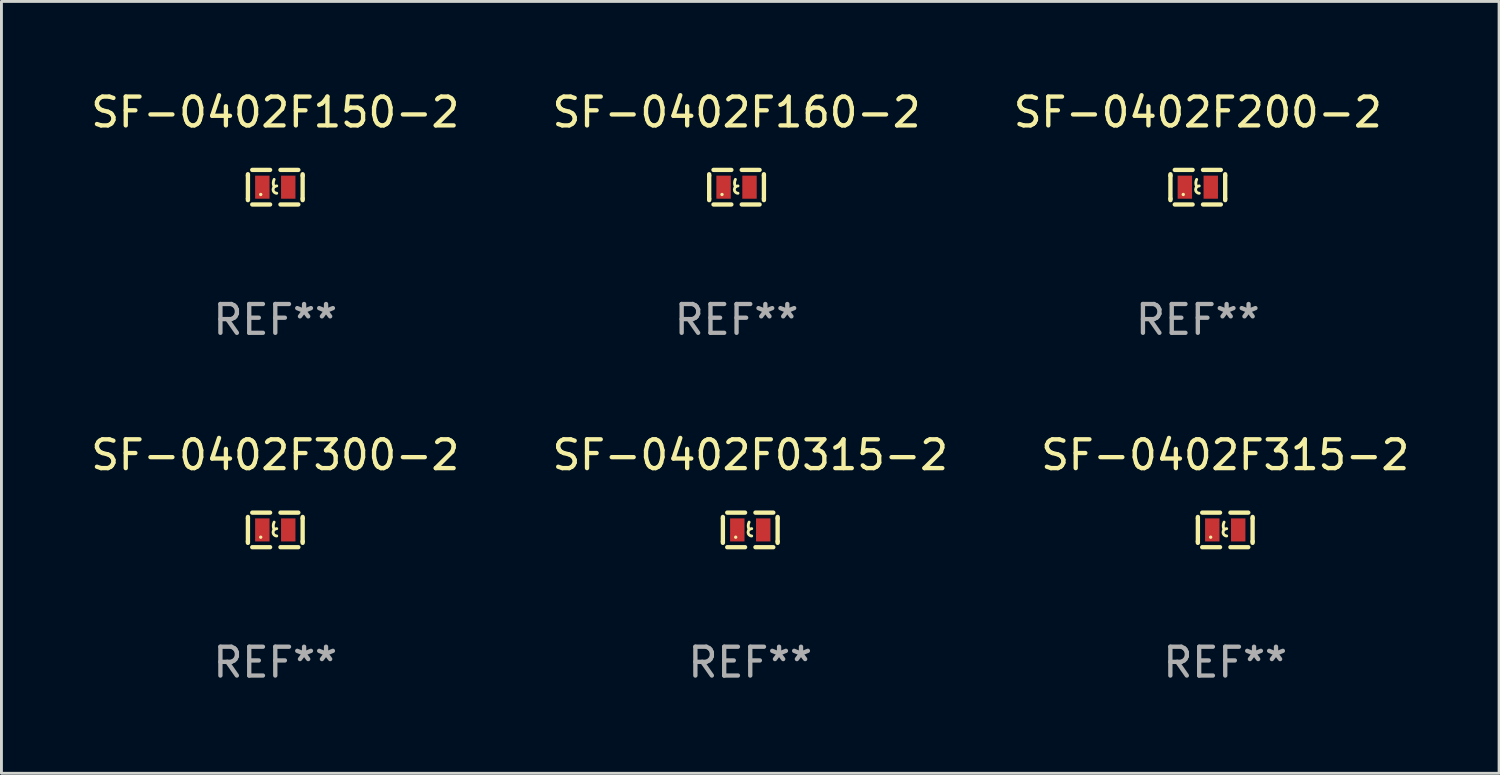
<source format=kicad_pcb>
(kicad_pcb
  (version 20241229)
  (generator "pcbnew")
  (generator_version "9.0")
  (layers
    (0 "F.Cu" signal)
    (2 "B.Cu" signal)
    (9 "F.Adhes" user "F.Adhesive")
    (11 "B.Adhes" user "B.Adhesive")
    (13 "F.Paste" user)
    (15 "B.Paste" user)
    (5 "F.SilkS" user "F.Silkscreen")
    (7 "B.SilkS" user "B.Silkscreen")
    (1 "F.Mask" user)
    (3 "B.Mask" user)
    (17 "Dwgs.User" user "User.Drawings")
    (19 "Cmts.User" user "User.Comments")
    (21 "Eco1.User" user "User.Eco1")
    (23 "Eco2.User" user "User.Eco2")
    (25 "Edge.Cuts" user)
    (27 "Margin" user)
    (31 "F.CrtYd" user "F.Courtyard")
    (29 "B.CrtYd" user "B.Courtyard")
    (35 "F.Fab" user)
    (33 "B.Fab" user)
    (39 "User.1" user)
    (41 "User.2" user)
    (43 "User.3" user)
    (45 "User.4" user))
  (footprint "SF-0402F300-2"
    (layer "F.Cu")
    (at 6.506 15.345)
    (property "Reference" "SF-0402F300-2" (at 0 -2.6 0) (layer "F.SilkS") (effects (font (size 1 1) (thickness 0.15))))
    (attr through_hole)
    (fp_line (start -0.95 -0.45) (end -0.95 -0.4) (stroke (width 0.15) (type solid)) (layer "F.SilkS"))
    (fp_line (start -0.95 -0.4) (end -0.95 0.4) (stroke (width 0.15) (type solid)) (layer "F.SilkS"))
    (fp_line (start -0.95 0.45) (end -0.95 0.4) (stroke (width 0.15) (type solid)) (layer "F.SilkS"))
    (fp_line (start -0.18 -0.6) (end -0.8 -0.6) (stroke (width 0.15) (type solid)) (layer "F.SilkS"))
    (fp_line (start -0.18 0.6) (end -0.8 0.6) (stroke (width 0.15) (type solid)) (layer "F.SilkS"))
    (fp_line (start 0.18 -0.6) (end 0.8 -0.6) (stroke (width 0.15) (type solid)) (layer "F.SilkS"))
    (fp_line (start 0.18 0.6) (end 0.8 0.6) (stroke (width 0.15) (type solid)) (layer "F.SilkS"))
    (fp_line (start 0.95 -0.45) (end 0.95 -0.4) (stroke (width 0.15) (type solid)) (layer "F.SilkS"))
    (fp_line (start 0.95 -0.4) (end 0.95 0.4) (stroke (width 0.15) (type solid)) (layer "F.SilkS"))
    (fp_line (start 0.95 0.45) (end 0.95 0.4) (stroke (width 0.15) (type solid)) (layer "F.SilkS"))
    (fp_arc (start -0.039942 -0.016052) (mid -0.069923 -0.143053) (end -0.039942 -0.270053) (stroke (width 0.1) (type solid)) (layer "F.SilkS"))
    (fp_arc (start 0.050076 0.209957) (mid -0.076924 0.082957) (end 0.050076 -0.044043) (stroke (width 0.1) (type solid)) (layer "F.SilkS"))
    (fp_circle (center -0.505 0.253) (end -0.475 0.253) (stroke (width 0.06) (type solid)) (fill no) (layer "F.SilkS"))
    (fp_text user "REF**" (at 0 4.6 0) (layer "F.Fab") (effects (font (size 1 1) (thickness 0.15))))
    (pad "1" smd rect (at -0.45 -0.000051) (size 0.5 0.8) (layers "F.Cu" "F.Mask" "F.Paste"))
    (pad "2" smd rect (at 0.45 -0.000051) (size 0.5 0.8) (layers "F.Cu" "F.Mask" "F.Paste")))
  (footprint "SF-0402F200-2"
    (layer "F.Cu")
    (at 38.53 3.448)
    (property "Reference" "SF-0402F200-2" (at 0 -2.6 0) (layer "F.SilkS") (effects (font (size 1 1) (thickness 0.15))))
    (attr through_hole)
    (fp_line (start -0.95 -0.45) (end -0.95 -0.4) (stroke (width 0.15) (type solid)) (layer "F.SilkS"))
    (fp_line (start -0.95 -0.4) (end -0.95 0.4) (stroke (width 0.15) (type solid)) (layer "F.SilkS"))
    (fp_line (start -0.95 0.45) (end -0.95 0.4) (stroke (width 0.15) (type solid)) (layer "F.SilkS"))
    (fp_line (start -0.18 -0.6) (end -0.8 -0.6) (stroke (width 0.15) (type solid)) (layer "F.SilkS"))
    (fp_line (start -0.18 0.6) (end -0.8 0.6) (stroke (width 0.15) (type solid)) (layer "F.SilkS"))
    (fp_line (start 0.18 -0.6) (end 0.8 -0.6) (stroke (width 0.15) (type solid)) (layer "F.SilkS"))
    (fp_line (start 0.18 0.6) (end 0.8 0.6) (stroke (width 0.15) (type solid)) (layer "F.SilkS"))
    (fp_line (start 0.95 -0.45) (end 0.95 -0.4) (stroke (width 0.15) (type solid)) (layer "F.SilkS"))
    (fp_line (start 0.95 -0.4) (end 0.95 0.4) (stroke (width 0.15) (type solid)) (layer "F.SilkS"))
    (fp_line (start 0.95 0.45) (end 0.95 0.4) (stroke (width 0.15) (type solid)) (layer "F.SilkS"))
    (fp_arc (start -0.039942 -0.016052) (mid -0.069923 -0.143053) (end -0.039942 -0.270053) (stroke (width 0.1) (type solid)) (layer "F.SilkS"))
    (fp_arc (start 0.050076 0.209957) (mid -0.076924 0.082957) (end 0.050076 -0.044043) (stroke (width 0.1) (type solid)) (layer "F.SilkS"))
    (fp_circle (center -0.505 0.253) (end -0.475 0.253) (stroke (width 0.06) (type solid)) (fill no) (layer "F.SilkS"))
    (fp_text user "REF**" (at 0 4.6 0) (layer "F.Fab") (effects (font (size 1 1) (thickness 0.15))))
    (pad "1" smd rect (at -0.45 -0.000051) (size 0.5 0.8) (layers "F.Cu" "F.Mask" "F.Paste"))
    (pad "2" smd rect (at 0.45 -0.000051) (size 0.5 0.8) (layers "F.Cu" "F.Mask" "F.Paste")))
  (footprint "SF-0402F160-2"
    (layer "F.Cu")
    (at 22.518 3.448)
    (property "Reference" "SF-0402F160-2" (at 0 -2.6 0) (layer "F.SilkS") (effects (font (size 1 1) (thickness 0.15))))
    (attr through_hole)
    (fp_line (start -0.95 -0.45) (end -0.95 -0.4) (stroke (width 0.15) (type solid)) (layer "F.SilkS"))
    (fp_line (start -0.95 -0.4) (end -0.95 0.4) (stroke (width 0.15) (type solid)) (layer "F.SilkS"))
    (fp_line (start -0.95 0.45) (end -0.95 0.4) (stroke (width 0.15) (type solid)) (layer "F.SilkS"))
    (fp_line (start -0.18 -0.6) (end -0.8 -0.6) (stroke (width 0.15) (type solid)) (layer "F.SilkS"))
    (fp_line (start -0.18 0.6) (end -0.8 0.6) (stroke (width 0.15) (type solid)) (layer "F.SilkS"))
    (fp_line (start 0.18 -0.6) (end 0.8 -0.6) (stroke (width 0.15) (type solid)) (layer "F.SilkS"))
    (fp_line (start 0.18 0.6) (end 0.8 0.6) (stroke (width 0.15) (type solid)) (layer "F.SilkS"))
    (fp_line (start 0.95 -0.45) (end 0.95 -0.4) (stroke (width 0.15) (type solid)) (layer "F.SilkS"))
    (fp_line (start 0.95 -0.4) (end 0.95 0.4) (stroke (width 0.15) (type solid)) (layer "F.SilkS"))
    (fp_line (start 0.95 0.45) (end 0.95 0.4) (stroke (width 0.15) (type solid)) (layer "F.SilkS"))
    (fp_arc (start -0.039942 -0.016052) (mid -0.069923 -0.143053) (end -0.039942 -0.270053) (stroke (width 0.1) (type solid)) (layer "F.SilkS"))
    (fp_arc (start 0.050076 0.209957) (mid -0.076924 0.082957) (end 0.050076 -0.044043) (stroke (width 0.1) (type solid)) (layer "F.SilkS"))
    (fp_circle (center -0.505 0.253) (end -0.475 0.253) (stroke (width 0.06) (type solid)) (fill no) (layer "F.SilkS"))
    (fp_text user "REF**" (at 0 4.6 0) (layer "F.Fab") (effects (font (size 1 1) (thickness 0.15))))
    (pad "1" smd rect (at -0.45 -0.000051) (size 0.5 0.8) (layers "F.Cu" "F.Mask" "F.Paste"))
    (pad "2" smd rect (at 0.45 -0.000051) (size 0.5 0.8) (layers "F.Cu" "F.Mask" "F.Paste")))
  (footprint "SF-0402F315-2"
    (layer "F.Cu")
    (at 39.482 15.345)
    (property "Reference" "SF-0402F315-2" (at 0 -2.6 0) (layer "F.SilkS") (effects (font (size 1 1) (thickness 0.15))))
    (attr through_hole)
    (fp_line (start -0.95 -0.45) (end -0.95 -0.4) (stroke (width 0.15) (type solid)) (layer "F.SilkS"))
    (fp_line (start -0.95 -0.4) (end -0.95 0.4) (stroke (width 0.15) (type solid)) (layer "F.SilkS"))
    (fp_line (start -0.95 0.45) (end -0.95 0.4) (stroke (width 0.15) (type solid)) (layer "F.SilkS"))
    (fp_line (start -0.18 -0.6) (end -0.8 -0.6) (stroke (width 0.15) (type solid)) (layer "F.SilkS"))
    (fp_line (start -0.18 0.6) (end -0.8 0.6) (stroke (width 0.15) (type solid)) (layer "F.SilkS"))
    (fp_line (start 0.18 -0.6) (end 0.8 -0.6) (stroke (width 0.15) (type solid)) (layer "F.SilkS"))
    (fp_line (start 0.18 0.6) (end 0.8 0.6) (stroke (width 0.15) (type solid)) (layer "F.SilkS"))
    (fp_line (start 0.95 -0.45) (end 0.95 -0.4) (stroke (width 0.15) (type solid)) (layer "F.SilkS"))
    (fp_line (start 0.95 -0.4) (end 0.95 0.4) (stroke (width 0.15) (type solid)) (layer "F.SilkS"))
    (fp_line (start 0.95 0.45) (end 0.95 0.4) (stroke (width 0.15) (type solid)) (layer "F.SilkS"))
    (fp_arc (start -0.039942 -0.016052) (mid -0.069923 -0.143053) (end -0.039942 -0.270053) (stroke (width 0.1) (type solid)) (layer "F.SilkS"))
    (fp_arc (start 0.050076 0.209957) (mid -0.076924 0.082957) (end 0.050076 -0.044043) (stroke (width 0.1) (type solid)) (layer "F.SilkS"))
    (fp_circle (center -0.505 0.253) (end -0.475 0.253) (stroke (width 0.06) (type solid)) (fill no) (layer "F.SilkS"))
    (fp_text user "REF**" (at 0 4.6 0) (layer "F.Fab") (effects (font (size 1 1) (thickness 0.15))))
    (pad "1" smd rect (at -0.45 -0.000051) (size 0.5 0.8) (layers "F.Cu" "F.Mask" "F.Paste"))
    (pad "2" smd rect (at 0.45 -0.000051) (size 0.5 0.8) (layers "F.Cu" "F.Mask" "F.Paste")))
  (footprint "SF-0402F150-2"
    (layer "F.Cu")
    (at 6.506 3.448)
    (property "Reference" "SF-0402F150-2" (at 0 -2.6 0) (layer "F.SilkS") (effects (font (size 1 1) (thickness 0.15))))
    (attr through_hole)
    (fp_line (start -0.95 -0.45) (end -0.95 -0.4) (stroke (width 0.15) (type solid)) (layer "F.SilkS"))
    (fp_line (start -0.95 -0.4) (end -0.95 0.4) (stroke (width 0.15) (type solid)) (layer "F.SilkS"))
    (fp_line (start -0.95 0.45) (end -0.95 0.4) (stroke (width 0.15) (type solid)) (layer "F.SilkS"))
    (fp_line (start -0.18 -0.6) (end -0.8 -0.6) (stroke (width 0.15) (type solid)) (layer "F.SilkS"))
    (fp_line (start -0.18 0.6) (end -0.8 0.6) (stroke (width 0.15) (type solid)) (layer "F.SilkS"))
    (fp_line (start 0.18 -0.6) (end 0.8 -0.6) (stroke (width 0.15) (type solid)) (layer "F.SilkS"))
    (fp_line (start 0.18 0.6) (end 0.8 0.6) (stroke (width 0.15) (type solid)) (layer "F.SilkS"))
    (fp_line (start 0.95 -0.45) (end 0.95 -0.4) (stroke (width 0.15) (type solid)) (layer "F.SilkS"))
    (fp_line (start 0.95 -0.4) (end 0.95 0.4) (stroke (width 0.15) (type solid)) (layer "F.SilkS"))
    (fp_line (start 0.95 0.45) (end 0.95 0.4) (stroke (width 0.15) (type solid)) (layer "F.SilkS"))
    (fp_arc (start -0.039942 -0.016052) (mid -0.069923 -0.143053) (end -0.039942 -0.270053) (stroke (width 0.1) (type solid)) (layer "F.SilkS"))
    (fp_arc (start 0.050076 0.209957) (mid -0.076924 0.082957) (end 0.050076 -0.044043) (stroke (width 0.1) (type solid)) (layer "F.SilkS"))
    (fp_circle (center -0.505 0.253) (end -0.475 0.253) (stroke (width 0.06) (type solid)) (fill no) (layer "F.SilkS"))
    (fp_text user "REF**" (at 0 4.6 0) (layer "F.Fab") (effects (font (size 1 1) (thickness 0.15))))
    (pad "1" smd rect (at -0.45 -0.000051) (size 0.5 0.8) (layers "F.Cu" "F.Mask" "F.Paste"))
    (pad "2" smd rect (at 0.45 -0.000051) (size 0.5 0.8) (layers "F.Cu" "F.Mask" "F.Paste")))
  (footprint "SF-0402F0315-2"
    (layer "F.Cu")
    (at 22.994 15.345)
    (property "Reference" "SF-0402F0315-2" (at 0 -2.6 0) (layer "F.SilkS") (effects (font (size 1 1) (thickness 0.15))))
    (attr through_hole)
    (fp_line (start -0.95 -0.45) (end -0.95 -0.4) (stroke (width 0.15) (type solid)) (layer "F.SilkS"))
    (fp_line (start -0.95 -0.4) (end -0.95 0.4) (stroke (width 0.15) (type solid)) (layer "F.SilkS"))
    (fp_line (start -0.95 0.45) (end -0.95 0.4) (stroke (width 0.15) (type solid)) (layer "F.SilkS"))
    (fp_line (start -0.18 -0.6) (end -0.8 -0.6) (stroke (width 0.15) (type solid)) (layer "F.SilkS"))
    (fp_line (start -0.18 0.6) (end -0.8 0.6) (stroke (width 0.15) (type solid)) (layer "F.SilkS"))
    (fp_line (start 0.18 -0.6) (end 0.8 -0.6) (stroke (width 0.15) (type solid)) (layer "F.SilkS"))
    (fp_line (start 0.18 0.6) (end 0.8 0.6) (stroke (width 0.15) (type solid)) (layer "F.SilkS"))
    (fp_line (start 0.95 -0.45) (end 0.95 -0.4) (stroke (width 0.15) (type solid)) (layer "F.SilkS"))
    (fp_line (start 0.95 -0.4) (end 0.95 0.4) (stroke (width 0.15) (type solid)) (layer "F.SilkS"))
    (fp_line (start 0.95 0.45) (end 0.95 0.4) (stroke (width 0.15) (type solid)) (layer "F.SilkS"))
    (fp_arc (start -0.039942 -0.016052) (mid -0.069923 -0.143053) (end -0.039942 -0.270053) (stroke (width 0.1) (type solid)) (layer "F.SilkS"))
    (fp_arc (start 0.050076 0.209957) (mid -0.076924 0.082957) (end 0.050076 -0.044043) (stroke (width 0.1) (type solid)) (layer "F.SilkS"))
    (fp_circle (center -0.505 0.253) (end -0.475 0.253) (stroke (width 0.06) (type solid)) (fill no) (layer "F.SilkS"))
    (fp_text user "REF**" (at 0 4.6 0) (layer "F.Fab") (effects (font (size 1 1) (thickness 0.15))))
    (pad "1" smd rect (at -0.45 -0.000051) (size 0.5 0.8) (layers "F.Cu" "F.Mask" "F.Paste"))
    (pad "2" smd rect (at 0.45 -0.000051) (size 0.5 0.8) (layers "F.Cu" "F.Mask" "F.Paste")))
  (gr_rect
    (start -3 -3)
    (end 48.988 23.793)
    (stroke (width 0.1) (type default))
    (fill no)
    (layer "Edge.Cuts")))
</source>
